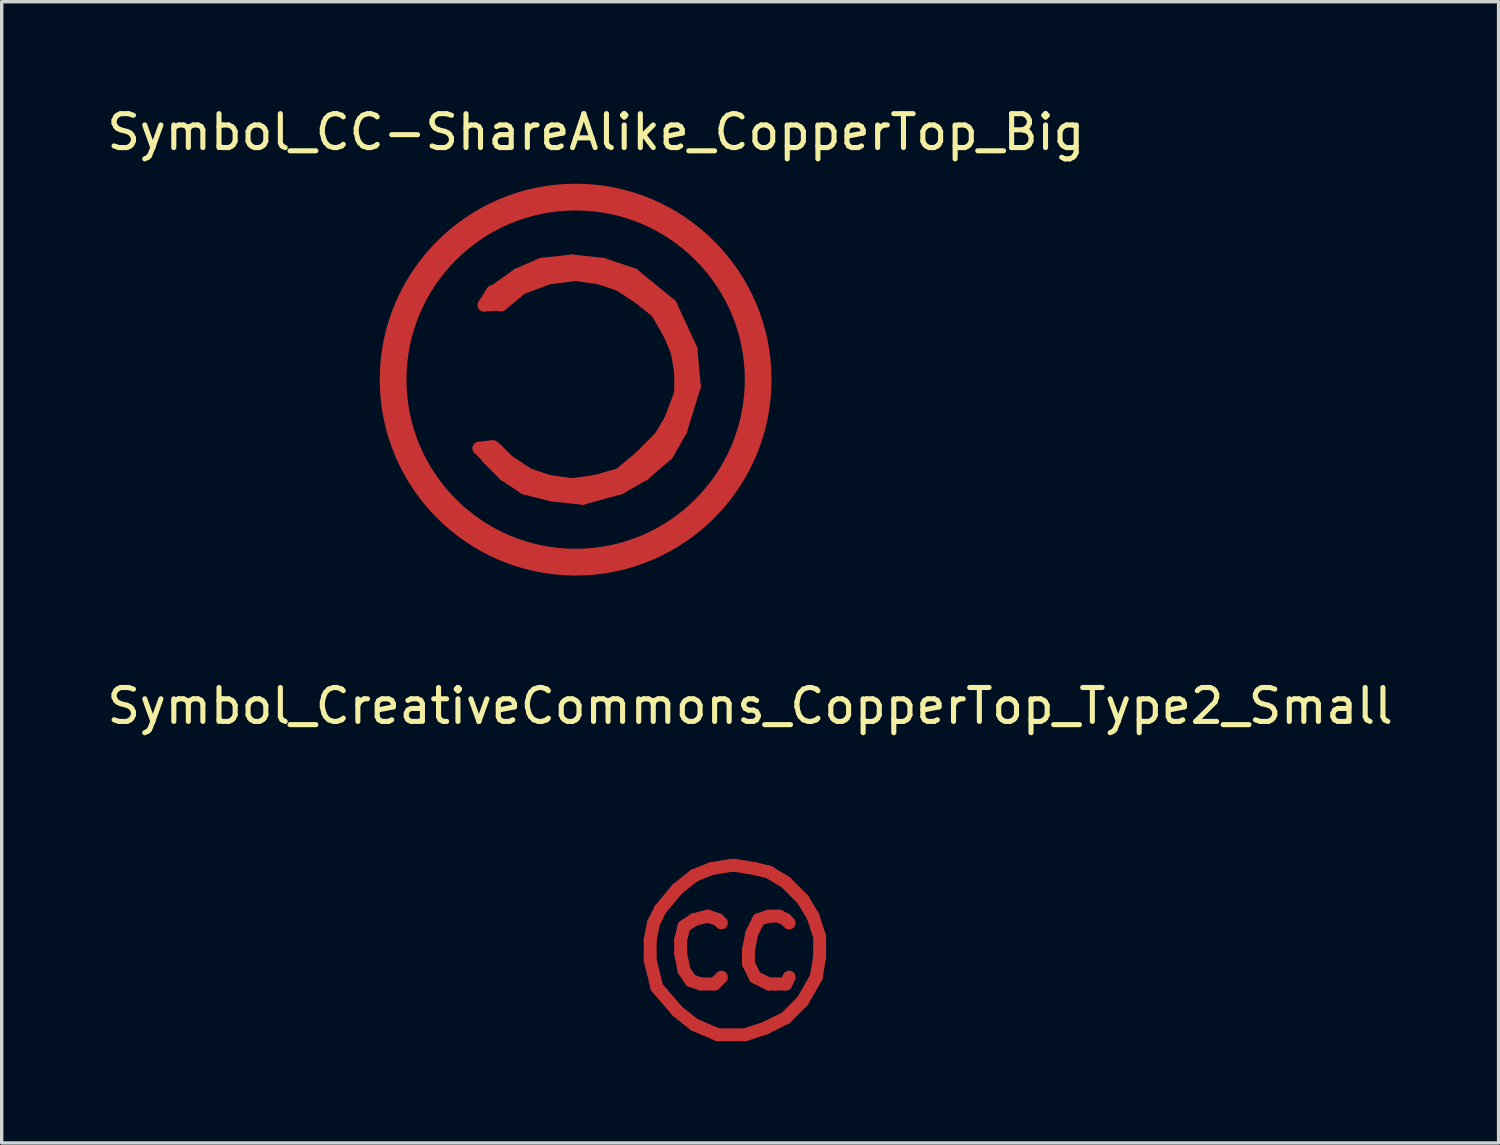
<source format=kicad_pcb>
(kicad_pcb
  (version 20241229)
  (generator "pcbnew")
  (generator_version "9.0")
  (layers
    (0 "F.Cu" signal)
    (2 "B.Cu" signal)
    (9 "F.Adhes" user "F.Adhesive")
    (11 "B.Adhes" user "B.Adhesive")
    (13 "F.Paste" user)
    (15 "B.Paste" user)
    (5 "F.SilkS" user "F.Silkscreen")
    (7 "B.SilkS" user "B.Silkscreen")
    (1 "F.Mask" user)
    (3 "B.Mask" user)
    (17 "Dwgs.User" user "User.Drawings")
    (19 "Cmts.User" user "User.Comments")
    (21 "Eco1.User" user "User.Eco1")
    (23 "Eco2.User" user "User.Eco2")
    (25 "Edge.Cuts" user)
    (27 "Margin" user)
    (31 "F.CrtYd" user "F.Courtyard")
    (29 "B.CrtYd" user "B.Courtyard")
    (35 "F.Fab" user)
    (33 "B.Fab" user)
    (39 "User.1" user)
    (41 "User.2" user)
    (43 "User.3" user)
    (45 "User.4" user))
  (footprint "Symbol_CC-ShareAlike_CopperTop_Big"
    (layer "F.Cu")
    (at 13.93 8.148)
    (property "Reference" "Symbol_CC-ShareAlike_CopperTop_Big" (at 0.599 -7.3 0) (layer "F.SilkS") (effects (font (size 1 1) (thickness 0.15))))
    (attr exclude_from_pos_files exclude_from_bom)
    (fp_line (start -5.4 0.099) (end -5.199 1.3) (stroke (width 0.381) (type solid)) (layer "F.Cu"))
    (fp_line (start -5.301 -1.1) (end -5.4 0.099) (stroke (width 0.381) (type solid)) (layer "F.Cu"))
    (fp_line (start -5.199 1.3) (end -4.801 2.4) (stroke (width 0.381) (type solid)) (layer "F.Cu"))
    (fp_line (start -5.001 -2.101) (end -5.301 -1.1) (stroke (width 0.381) (type solid)) (layer "F.Cu"))
    (fp_line (start -4.801 2.4) (end -3.8 3.899) (stroke (width 0.381) (type solid)) (layer "F.Cu"))
    (fp_line (start -4.501 -3) (end -5.001 -2.101) (stroke (width 0.381) (type solid)) (layer "F.Cu"))
    (fp_line (start -4 -3.599) (end -4.501 -3) (stroke (width 0.381) (type solid)) (layer "F.Cu"))
    (fp_line (start -3.8 3.899) (end -2.601 4.801) (stroke (width 0.381) (type solid)) (layer "F.Cu"))
    (fp_line (start -3.299 -4.201) (end -4 -3.599) (stroke (width 0.381) (type solid)) (layer "F.Cu"))
    (fp_line (start -2.85 2.025) (end -2.45 1.975) (stroke (width 0.381) (type solid)) (layer "F.Cu"))
    (fp_line (start -2.7 -4.699) (end -3.299 -4.201) (stroke (width 0.381) (type solid)) (layer "F.Cu"))
    (fp_line (start -2.7 -2.2) (end -2.275 -2.225) (stroke (width 0.381) (type solid)) (layer "F.Cu"))
    (fp_line (start -2.625 2.25) (end -2.85 2.025) (stroke (width 0.381) (type solid)) (layer "F.Cu"))
    (fp_line (start -2.601 4.801) (end -1.3 5.301) (stroke (width 0.381) (type solid)) (layer "F.Cu"))
    (fp_line (start -2.45 -2.6) (end -2.7 -2.2) (stroke (width 0.381) (type solid)) (layer "F.Cu"))
    (fp_line (start -2.4 -2.601) (end -1.699 -3.099) (stroke (width 0.381) (type solid)) (layer "F.Cu"))
    (fp_line (start -2.4 1.999) (end -1.999 2.4) (stroke (width 0.381) (type solid)) (layer "F.Cu"))
    (fp_line (start -2.3 2.375) (end -1.875 2.75) (stroke (width 0.381) (type solid)) (layer "F.Cu"))
    (fp_line (start -2.275 -2.225) (end -2.4 -2.55) (stroke (width 0.381) (type solid)) (layer "F.Cu"))
    (fp_line (start -2.101 2.799) (end -2.601 2.301) (stroke (width 0.381) (type solid)) (layer "F.Cu"))
    (fp_line (start -1.999 -4.9) (end -2.7 -4.699) (stroke (width 0.381) (type solid)) (layer "F.Cu"))
    (fp_line (start -1.999 2.4) (end -1.4 2.799) (stroke (width 0.381) (type solid)) (layer "F.Cu"))
    (fp_line (start -1.875 2.75) (end -1.85 2.75) (stroke (width 0.381) (type solid)) (layer "F.Cu"))
    (fp_line (start -1.801 2.901) (end -0.201 3.299) (stroke (width 0.381) (type solid)) (layer "F.Cu"))
    (fp_line (start -1.699 -3.099) (end -1.001 -3.401) (stroke (width 0.381) (type solid)) (layer "F.Cu"))
    (fp_line (start -1.6 -2.7) (end -2.2 -2.2) (stroke (width 0.381) (type solid)) (layer "F.Cu"))
    (fp_line (start -1.501 3.2) (end -2.101 2.799) (stroke (width 0.381) (type solid)) (layer "F.Cu"))
    (fp_line (start -1.4 2.799) (end -0.8 3) (stroke (width 0.381) (type solid)) (layer "F.Cu"))
    (fp_line (start -1.3 -5.1) (end -1.999 -4.9) (stroke (width 0.381) (type solid)) (layer "F.Cu"))
    (fp_line (start -1.3 -3.099) (end -2.2 -2.499) (stroke (width 0.381) (type solid)) (layer "F.Cu"))
    (fp_line (start -1.3 5.301) (end 0.099 5.301) (stroke (width 0.381) (type solid)) (layer "F.Cu"))
    (fp_line (start -1.001 -3.401) (end -0.099 -3.5) (stroke (width 0.381) (type solid)) (layer "F.Cu"))
    (fp_line (start -0.8 -3) (end -1.6 -2.7) (stroke (width 0.381) (type solid)) (layer "F.Cu"))
    (fp_line (start -0.8 3) (end -0.099 3.099) (stroke (width 0.381) (type solid)) (layer "F.Cu"))
    (fp_line (start -0.701 3.401) (end -1.501 3.2) (stroke (width 0.381) (type solid)) (layer "F.Cu"))
    (fp_line (start -0.5 -5.4) (end -1.3 -5.1) (stroke (width 0.381) (type solid)) (layer "F.Cu"))
    (fp_line (start -0.201 3.299) (end 1.3 3) (stroke (width 0.381) (type solid)) (layer "F.Cu"))
    (fp_line (start -0.099 -3.5) (end 0.8 -3.401) (stroke (width 0.381) (type solid)) (layer "F.Cu"))
    (fp_line (start -0.099 3.099) (end 0.599 3) (stroke (width 0.381) (type solid)) (layer "F.Cu"))
    (fp_line (start 0 -5.4) (end -0.5 -5.4) (stroke (width 0.381) (type solid)) (layer "F.Cu"))
    (fp_line (start 0 -3.099) (end -0.8 -3) (stroke (width 0.381) (type solid)) (layer "F.Cu"))
    (fp_line (start 0.099 -3.299) (end -1.3 -3.099) (stroke (width 0.381) (type solid)) (layer "F.Cu"))
    (fp_line (start 0.099 5.301) (end 1.6 5.199) (stroke (width 0.381) (type solid)) (layer "F.Cu"))
    (fp_line (start 0.201 3.5) (end -0.701 3.401) (stroke (width 0.381) (type solid)) (layer "F.Cu"))
    (fp_line (start 0.599 3) (end 1.3 2.799) (stroke (width 0.381) (type solid)) (layer "F.Cu"))
    (fp_line (start 0.701 -3) (end 0 -3.099) (stroke (width 0.381) (type solid)) (layer "F.Cu"))
    (fp_line (start 0.8 -3.401) (end 1.699 -3.099) (stroke (width 0.381) (type solid)) (layer "F.Cu"))
    (fp_line (start 1.3 -2.799) (end 0.701 -3) (stroke (width 0.381) (type solid)) (layer "F.Cu"))
    (fp_line (start 1.3 2.799) (end 1.9 2.301) (stroke (width 0.381) (type solid)) (layer "F.Cu"))
    (fp_line (start 1.3 3) (end 2.301 2.301) (stroke (width 0.381) (type solid)) (layer "F.Cu"))
    (fp_line (start 1.3 3.2) (end 0.201 3.5) (stroke (width 0.381) (type solid)) (layer "F.Cu"))
    (fp_line (start 1.4 -5.199) (end 0 -5.301) (stroke (width 0.381) (type solid)) (layer "F.Cu"))
    (fp_line (start 1.501 -3) (end 0.099 -3.299) (stroke (width 0.381) (type solid)) (layer "F.Cu"))
    (fp_line (start 1.6 5.199) (end 2.601 4.699) (stroke (width 0.381) (type solid)) (layer "F.Cu"))
    (fp_line (start 1.699 -3.099) (end 2.799 -2.2) (stroke (width 0.381) (type solid)) (layer "F.Cu"))
    (fp_line (start 1.9 -2.4) (end 1.3 -2.799) (stroke (width 0.381) (type solid)) (layer "F.Cu"))
    (fp_line (start 1.9 2.301) (end 2.499 1.699) (stroke (width 0.381) (type solid)) (layer "F.Cu"))
    (fp_line (start 1.999 2.799) (end 1.3 3.2) (stroke (width 0.381) (type solid)) (layer "F.Cu"))
    (fp_line (start 2.301 2.301) (end 3 1.199) (stroke (width 0.381) (type solid)) (layer "F.Cu"))
    (fp_line (start 2.4 -4.801) (end 1.4 -5.199) (stroke (width 0.381) (type solid)) (layer "F.Cu"))
    (fp_line (start 2.4 -1.999) (end 1.9 -2.4) (stroke (width 0.381) (type solid)) (layer "F.Cu"))
    (fp_line (start 2.499 -2.2) (end 1.501 -3) (stroke (width 0.381) (type solid)) (layer "F.Cu"))
    (fp_line (start 2.499 1.699) (end 2.799 1.199) (stroke (width 0.381) (type solid)) (layer "F.Cu"))
    (fp_line (start 2.601 4.699) (end 4.201 3.401) (stroke (width 0.381) (type solid)) (layer "F.Cu"))
    (fp_line (start 2.7 2.2) (end 1.999 2.799) (stroke (width 0.381) (type solid)) (layer "F.Cu"))
    (fp_line (start 2.799 -2.2) (end 3.401 -0.899) (stroke (width 0.381) (type solid)) (layer "F.Cu"))
    (fp_line (start 2.799 -1.3) (end 2.4 -1.999) (stroke (width 0.381) (type solid)) (layer "F.Cu"))
    (fp_line (start 2.799 1.199) (end 3.099 0.399) (stroke (width 0.381) (type solid)) (layer "F.Cu"))
    (fp_line (start 3 -0.8) (end 2.799 -1.3) (stroke (width 0.381) (type solid)) (layer "F.Cu"))
    (fp_line (start 3 1.199) (end 3.299 0.201) (stroke (width 0.381) (type solid)) (layer "F.Cu"))
    (fp_line (start 3.099 -1.001) (end 2.499 -2.2) (stroke (width 0.381) (type solid)) (layer "F.Cu"))
    (fp_line (start 3.099 -0.201) (end 3 -0.8) (stroke (width 0.381) (type solid)) (layer "F.Cu"))
    (fp_line (start 3.099 0.399) (end 3.099 -0.201) (stroke (width 0.381) (type solid)) (layer "F.Cu"))
    (fp_line (start 3.099 1.501) (end 2.7 2.2) (stroke (width 0.381) (type solid)) (layer "F.Cu"))
    (fp_line (start 3.299 0.201) (end 3.099 -1.001) (stroke (width 0.381) (type solid)) (layer "F.Cu"))
    (fp_line (start 3.401 -4.1) (end 2.4 -4.801) (stroke (width 0.381) (type solid)) (layer "F.Cu"))
    (fp_line (start 3.401 -0.899) (end 3.5 0.201) (stroke (width 0.381) (type solid)) (layer "F.Cu"))
    (fp_line (start 3.5 0.201) (end 3.099 1.501) (stroke (width 0.381) (type solid)) (layer "F.Cu"))
    (fp_line (start 4.201 3.401) (end 5.001 1.801) (stroke (width 0.381) (type solid)) (layer "F.Cu"))
    (fp_line (start 4.699 -2.499) (end 3.401 -4.1) (stroke (width 0.381) (type solid)) (layer "F.Cu"))
    (fp_line (start 5.001 1.801) (end 5.4 0.3) (stroke (width 0.381) (type solid)) (layer "F.Cu"))
    (fp_line (start 5.199 -1.4) (end 4.699 -2.499) (stroke (width 0.381) (type solid)) (layer "F.Cu"))
    (fp_line (start 5.4 0.3) (end 5.199 -1.4) (stroke (width 0.381) (type solid)) (layer "F.Cu"))
    (fp_circle (center 0 0) (end 5.08 1.016) (stroke (width 0.381) (type solid)) (fill no) (layer "F.Cu"))
    (fp_circle (center 0 0) (end 5.588 0) (stroke (width 0.381) (type solid)) (fill no) (layer "F.Cu")))
  (footprint "Symbol_CreativeCommons_CopperTop_Type2_Small"
    (layer "F.Cu")
    (at 18.478 25.075)
    (property "Reference" "Symbol_CreativeCommons_CopperTop_Type2_Small" (at 0.599 -7.3 0) (layer "F.SilkS") (effects (font (size 1 1) (thickness 0.15))))
    (attr exclude_from_pos_files exclude_from_bom)
    (fp_line (start -2.349 -0.4) (end -2.349 0.2) (stroke (width 0.381) (type solid)) (layer "F.Cu"))
    (fp_line (start -2.349 0.2) (end -2.151 1) (stroke (width 0.381) (type solid)) (layer "F.Cu"))
    (fp_line (start -2.25 -0.9) (end -2.349 -0.4) (stroke (width 0.381) (type solid)) (layer "F.Cu"))
    (fp_line (start -2.151 1) (end -1.549 1.701) (stroke (width 0.381) (type solid)) (layer "F.Cu"))
    (fp_line (start -2.05 -1.299) (end -2.25 -0.9) (stroke (width 0.381) (type solid)) (layer "F.Cu"))
    (fp_line (start -1.549 -1.901) (end -2.05 -1.299) (stroke (width 0.381) (type solid)) (layer "F.Cu"))
    (fp_line (start -1.549 1.701) (end -1.049 2.1) (stroke (width 0.381) (type solid)) (layer "F.Cu"))
    (fp_line (start -1.45 -0.4) (end -1.45 -0.001) (stroke (width 0.381) (type solid)) (layer "F.Cu"))
    (fp_line (start -1.45 -0.001) (end -1.351 0.499) (stroke (width 0.381) (type solid)) (layer "F.Cu"))
    (fp_line (start -1.351 -0.801) (end -1.45 -0.4) (stroke (width 0.381) (type solid)) (layer "F.Cu"))
    (fp_line (start -1.351 0.499) (end -1.15 0.799) (stroke (width 0.381) (type solid)) (layer "F.Cu"))
    (fp_line (start -1.15 0.799) (end -0.851 0.901) (stroke (width 0.381) (type solid)) (layer "F.Cu"))
    (fp_line (start -1.049 -2.3) (end -1.549 -1.901) (stroke (width 0.381) (type solid)) (layer "F.Cu"))
    (fp_line (start -1.049 -0.999) (end -1.351 -0.801) (stroke (width 0.381) (type solid)) (layer "F.Cu"))
    (fp_line (start -1.049 2.1) (end -0.35 2.399) (stroke (width 0.381) (type solid)) (layer "F.Cu"))
    (fp_line (start -0.851 0.901) (end -0.449 0.901) (stroke (width 0.381) (type solid)) (layer "F.Cu"))
    (fp_line (start -0.65 -1.101) (end -1.049 -0.999) (stroke (width 0.381) (type solid)) (layer "F.Cu"))
    (fp_line (start -0.551 -2.5) (end -1.049 -2.3) (stroke (width 0.381) (type solid)) (layer "F.Cu"))
    (fp_line (start -0.449 0.901) (end -0.249 0.7) (stroke (width 0.381) (type solid)) (layer "F.Cu"))
    (fp_line (start -0.35 -0.999) (end -0.65 -1.101) (stroke (width 0.381) (type solid)) (layer "F.Cu"))
    (fp_line (start -0.35 2.399) (end 0.45 2.399) (stroke (width 0.381) (type solid)) (layer "F.Cu"))
    (fp_line (start -0.249 -0.9) (end -0.35 -0.999) (stroke (width 0.381) (type solid)) (layer "F.Cu"))
    (fp_line (start 0.051 -2.599) (end -0.551 -2.5) (stroke (width 0.381) (type solid)) (layer "F.Cu"))
    (fp_line (start 0.15 -2.599) (end 0.051 -2.599) (stroke (width 0.381) (type solid)) (layer "F.Cu"))
    (fp_line (start 0.45 2.399) (end 1.049 2.201) (stroke (width 0.381) (type solid)) (layer "F.Cu"))
    (fp_line (start 0.549 -0.1) (end 0.549 0.299) (stroke (width 0.381) (type solid)) (layer "F.Cu"))
    (fp_line (start 0.549 0.299) (end 0.749 0.7) (stroke (width 0.381) (type solid)) (layer "F.Cu"))
    (fp_line (start 0.65 -0.6) (end 0.549 -0.1) (stroke (width 0.381) (type solid)) (layer "F.Cu"))
    (fp_line (start 0.749 -2.5) (end 0.15 -2.599) (stroke (width 0.381) (type solid)) (layer "F.Cu"))
    (fp_line (start 0.749 0.7) (end 1.151 0.901) (stroke (width 0.381) (type solid)) (layer "F.Cu"))
    (fp_line (start 0.851 -0.999) (end 0.65 -0.6) (stroke (width 0.381) (type solid)) (layer "F.Cu"))
    (fp_line (start 1.049 2.201) (end 1.651 1.899) (stroke (width 0.381) (type solid)) (layer "F.Cu"))
    (fp_line (start 1.151 -2.401) (end 0.749 -2.5) (stroke (width 0.381) (type solid)) (layer "F.Cu"))
    (fp_line (start 1.151 -1.101) (end 0.851 -0.999) (stroke (width 0.381) (type solid)) (layer "F.Cu"))
    (fp_line (start 1.151 0.901) (end 1.349 0.901) (stroke (width 0.381) (type solid)) (layer "F.Cu"))
    (fp_line (start 1.349 0.901) (end 1.651 0.901) (stroke (width 0.381) (type solid)) (layer "F.Cu"))
    (fp_line (start 1.45 -1.101) (end 1.151 -1.101) (stroke (width 0.381) (type solid)) (layer "F.Cu"))
    (fp_line (start 1.651 -2.099) (end 1.151 -2.401) (stroke (width 0.381) (type solid)) (layer "F.Cu"))
    (fp_line (start 1.651 -0.999) (end 1.45 -1.101) (stroke (width 0.381) (type solid)) (layer "F.Cu"))
    (fp_line (start 1.651 0.901) (end 1.75 0.7) (stroke (width 0.381) (type solid)) (layer "F.Cu"))
    (fp_line (start 1.651 1.899) (end 2.149 1.401) (stroke (width 0.381) (type solid)) (layer "F.Cu"))
    (fp_line (start 1.75 -0.9) (end 1.651 -0.999) (stroke (width 0.381) (type solid)) (layer "F.Cu"))
    (fp_line (start 2.149 -1.601) (end 1.651 -2.099) (stroke (width 0.381) (type solid)) (layer "F.Cu"))
    (fp_line (start 2.149 1.401) (end 2.55 0.7) (stroke (width 0.381) (type solid)) (layer "F.Cu"))
    (fp_line (start 2.451 -1.101) (end 2.149 -1.601) (stroke (width 0.381) (type solid)) (layer "F.Cu"))
    (fp_line (start 2.55 0.7) (end 2.649 0.101) (stroke (width 0.381) (type solid)) (layer "F.Cu"))
    (fp_line (start 2.649 -0.499) (end 2.451 -1.101) (stroke (width 0.381) (type solid)) (layer "F.Cu"))
    (fp_line (start 2.649 0.101) (end 2.649 -0.499) (stroke (width 0.381) (type solid)) (layer "F.Cu")))
  (gr_rect
    (start -3 -3)
    (end 41.155 30.665)
    (stroke (width 0.1) (type default))
    (fill no)
    (layer "Edge.Cuts")))
</source>
